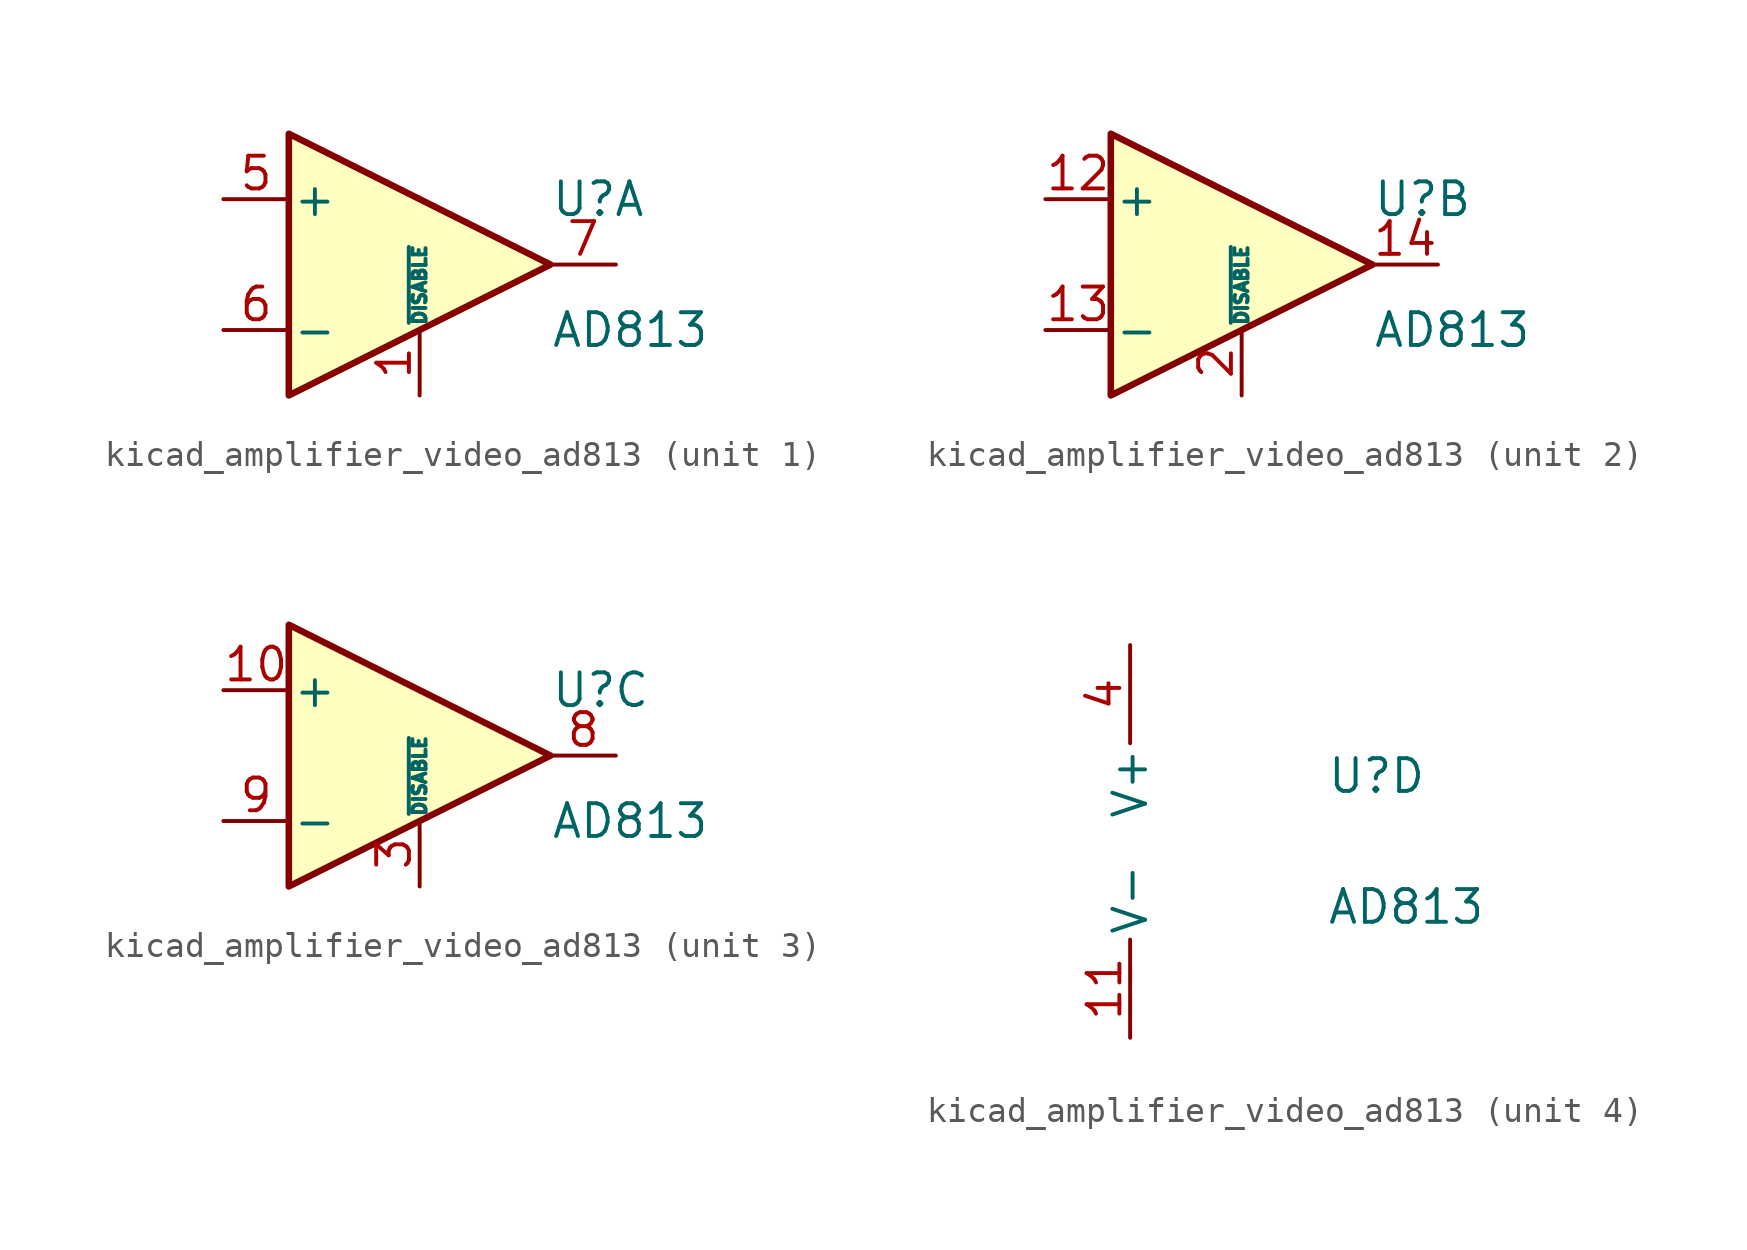
<source format=kicad_sym>
(kicad_symbol_lib
  (version 20220914)
  (generator kicad_symbol_editor)
  (symbol "kicad_amplifier_video_ad813"
    (pin_names
      (offset 0.127))
    (property "Reference" "U"
      (at 5.08 2.54 0)
      (effects (font (size 1.27 1.27)) (justify left)))
    (property "Value" "AD813"
      (at 5.08 -2.54 0)
      (effects (font (size 1.27 1.27)) (justify left)))
    (property "ki_locked" ""
      (at 0 0 0)
      (effects (font (size 1.27 1.27))))
    (symbol "kicad_amplifier_video_ad813_1_1"
      (polyline (pts (xy 5.08 0) (xy -5.08 5.08) (xy -5.08 -5.08) (xy 5.08 0)) (stroke (width 0.254) (type default)) (fill (type background)))
      (pin input line (at 0 -5.08 90) (length 2.54) (name "~{DISABLE}" (effects (font (size 0.508 0.508)))) (number "1" (effects (font (size 1.27 1.27)))))
      (pin input line (at -7.62 2.54 0) (length 2.54) (name "+" (effects (font (size 1.27 1.27)))) (number "5" (effects (font (size 1.27 1.27)))))
      (pin input line (at -7.62 -2.54 0) (length 2.54) (name "-" (effects (font (size 1.27 1.27)))) (number "6" (effects (font (size 1.27 1.27)))))
      (pin output line (at 7.62 0 180) (length 2.54) (name "~" (effects (font (size 1.27 1.27)))) (number "7" (effects (font (size 1.27 1.27))))))
    (symbol "kicad_amplifier_video_ad813_2_1"
      (polyline (pts (xy 5.08 0) (xy -5.08 5.08) (xy -5.08 -5.08) (xy 5.08 0)) (stroke (width 0.254) (type default)) (fill (type background)))
      (pin input line (at -7.62 2.54 0) (length 2.54) (name "+" (effects (font (size 1.27 1.27)))) (number "12" (effects (font (size 1.27 1.27)))))
      (pin input line (at -7.62 -2.54 0) (length 2.54) (name "-" (effects (font (size 1.27 1.27)))) (number "13" (effects (font (size 1.27 1.27)))))
      (pin output line (at 7.62 0 180) (length 2.54) (name "~" (effects (font (size 1.27 1.27)))) (number "14" (effects (font (size 1.27 1.27)))))
      (pin input line (at 0 -5.08 90) (length 2.54) (name "~{DISABLE}" (effects (font (size 0.508 0.508)))) (number "2" (effects (font (size 1.27 1.27))))))
    (symbol "kicad_amplifier_video_ad813_3_1"
      (polyline (pts (xy 5.08 0) (xy -5.08 5.08) (xy -5.08 -5.08) (xy 5.08 0)) (stroke (width 0.254) (type default)) (fill (type background)))
      (pin input line (at -7.62 2.54 0) (length 2.54) (name "+" (effects (font (size 1.27 1.27)))) (number "10" (effects (font (size 1.27 1.27)))))
      (pin input line (at 0 -5.08 90) (length 2.54) (name "~{DISABLE}" (effects (font (size 0.508 0.508)))) (number "3" (effects (font (size 1.27 1.27)))))
      (pin output line (at 7.62 0 180) (length 2.54) (name "~" (effects (font (size 1.27 1.27)))) (number "8" (effects (font (size 1.27 1.27)))))
      (pin input line (at -7.62 -2.54 0) (length 2.54) (name "-" (effects (font (size 1.27 1.27)))) (number "9" (effects (font (size 1.27 1.27))))))
    (symbol "kicad_amplifier_video_ad813_4_1"
      (pin power_in line (at -2.54 -7.62 90) (length 3.81) (name "V-" (effects (font (size 1.27 1.27)))) (number "11" (effects (font (size 1.27 1.27)))))
      (pin power_in line (at -2.54 7.62 270) (length 3.81) (name "V+" (effects (font (size 1.27 1.27)))) (number "4" (effects (font (size 1.27 1.27))))))))
</source>
